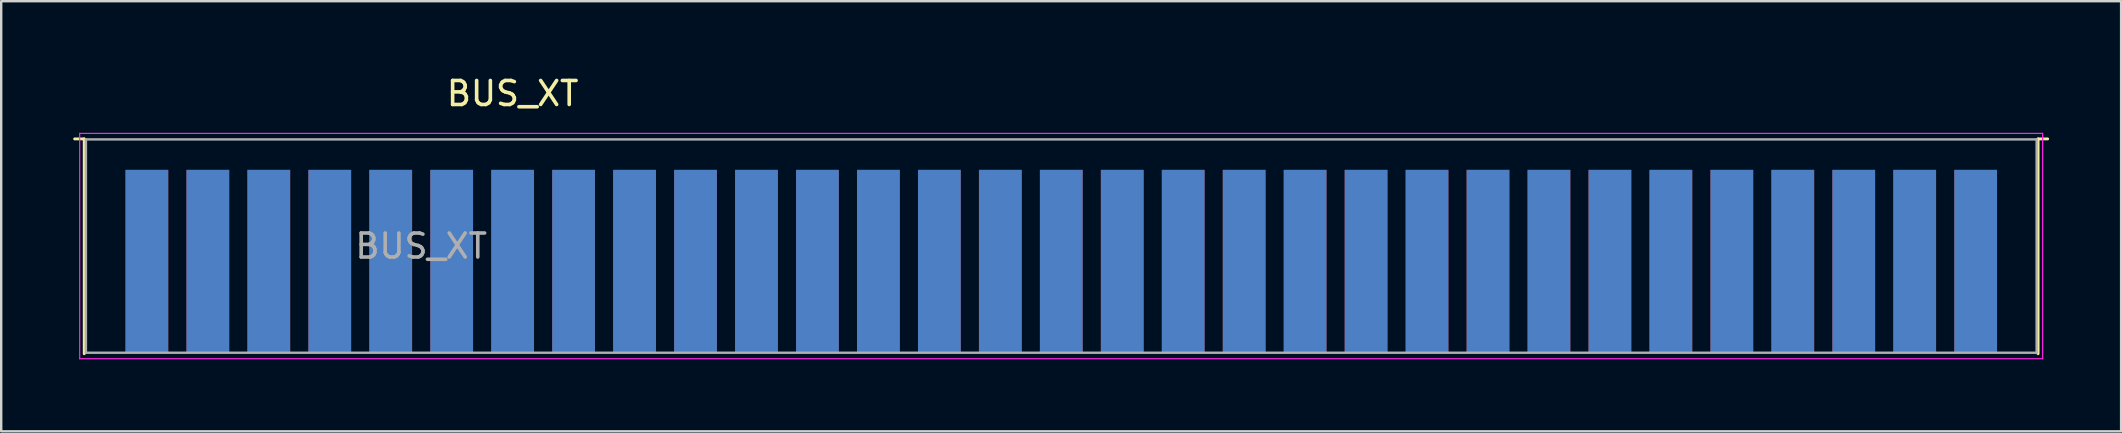
<source format=kicad_pcb>
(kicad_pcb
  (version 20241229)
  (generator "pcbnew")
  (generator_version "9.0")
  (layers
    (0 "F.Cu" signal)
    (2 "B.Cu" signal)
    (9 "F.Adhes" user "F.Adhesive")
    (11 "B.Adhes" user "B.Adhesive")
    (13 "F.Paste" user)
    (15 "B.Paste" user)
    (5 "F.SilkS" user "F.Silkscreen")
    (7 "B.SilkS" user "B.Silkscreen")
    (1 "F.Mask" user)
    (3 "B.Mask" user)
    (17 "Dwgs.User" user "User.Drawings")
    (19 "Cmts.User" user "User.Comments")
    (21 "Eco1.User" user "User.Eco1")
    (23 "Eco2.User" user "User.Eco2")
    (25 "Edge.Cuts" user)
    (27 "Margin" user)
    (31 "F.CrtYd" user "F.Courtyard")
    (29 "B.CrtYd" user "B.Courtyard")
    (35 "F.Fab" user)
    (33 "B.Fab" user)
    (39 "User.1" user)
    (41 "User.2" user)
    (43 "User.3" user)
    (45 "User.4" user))
  (footprint "BUS_XT"
    (layer "F.Cu")
    (at 79.27 7.838)
    (property "Reference" "BUS_XT" (at -60.96 -6.99 0) (layer "F.SilkS") (effects (font (size 1 1) (thickness 0.15))))
    (attr exclude_from_pos_files exclude_from_bom)
    (fp_line (start -78.81 -5.1) (end -79.21 -5.1) (stroke (width 0.12) (type solid)) (layer "F.SilkS"))
    (fp_line (start -78.81 3.85) (end -78.81 -5.1) (stroke (width 0.12) (type solid)) (layer "F.SilkS"))
    (fp_line (start 2.6 -5.1) (end 3 -5.1) (stroke (width 0.12) (type solid)) (layer "F.SilkS"))
    (fp_line (start 2.6 3.85) (end 2.6 -5.1) (stroke (width 0.12) (type solid)) (layer "F.SilkS"))
    (fp_line (start -79 -5.33) (end -79 4.06) (stroke (width 0.05) (type solid)) (layer "F.CrtYd"))
    (fp_line (start -79 -5.33) (end 2.79 -5.33) (stroke (width 0.05) (type solid)) (layer "F.CrtYd"))
    (fp_line (start 2.79 4.06) (end -79 4.06) (stroke (width 0.05) (type solid)) (layer "F.CrtYd"))
    (fp_line (start 2.79 4.06) (end 2.79 -5.33) (stroke (width 0.05) (type solid)) (layer "F.CrtYd"))
    (fp_line (start -78.74 -5.08) (end 2.54 -5.08) (stroke (width 0.1) (type solid)) (layer "F.Fab"))
    (fp_line (start -78.74 3.81) (end -78.74 -5.08) (stroke (width 0.1) (type solid)) (layer "F.Fab"))
    (fp_line (start 2.54 -5.08) (end 2.54 3.81) (stroke (width 0.1) (type solid)) (layer "F.Fab"))
    (fp_line (start 2.54 3.81) (end -78.74 3.81) (stroke (width 0.1) (type solid)) (layer "F.Fab"))
    (fp_text user "${REFERENCE}" (at -64.77 -0.635 0) (layer "F.Fab") (effects (font (size 1 1) (thickness 0.15))))
    (pad "1" connect rect (at 0 0) (size 1.78 7.62) (layers "B.Cu" "B.Mask"))
    (pad "2" connect rect (at -2.54 0) (size 1.78 7.62) (layers "B.Cu" "B.Mask"))
    (pad "3" connect rect (at -5.08 0) (size 1.78 7.62) (layers "B.Cu" "B.Mask"))
    (pad "4" connect rect (at -7.62 0) (size 1.78 7.62) (layers "B.Cu" "B.Mask"))
    (pad "5" connect rect (at -10.16 0) (size 1.78 7.62) (layers "B.Cu" "B.Mask"))
    (pad "6" connect rect (at -12.7 0) (size 1.78 7.62) (layers "B.Cu" "B.Mask"))
    (pad "7" connect rect (at -15.24 0) (size 1.78 7.62) (layers "B.Cu" "B.Mask"))
    (pad "8" connect rect (at -17.78 0) (size 1.78 7.62) (layers "B.Cu" "B.Mask"))
    (pad "9" connect rect (at -20.32 0) (size 1.78 7.62) (layers "B.Cu" "B.Mask"))
    (pad "10" connect rect (at -22.86 0) (size 1.78 7.62) (layers "B.Cu" "B.Mask"))
    (pad "11" connect rect (at -25.4 0) (size 1.78 7.62) (layers "B.Cu" "B.Mask"))
    (pad "12" connect rect (at -27.94 0) (size 1.78 7.62) (layers "B.Cu" "B.Mask"))
    (pad "13" connect rect (at -30.48 0) (size 1.78 7.62) (layers "B.Cu" "B.Mask"))
    (pad "14" connect rect (at -33.02 0) (size 1.78 7.62) (layers "B.Cu" "B.Mask"))
    (pad "15" connect rect (at -35.56 0) (size 1.78 7.62) (layers "B.Cu" "B.Mask"))
    (pad "16" connect rect (at -38.1 0) (size 1.78 7.62) (layers "B.Cu" "B.Mask"))
    (pad "17" connect rect (at -40.64 0) (size 1.78 7.62) (layers "B.Cu" "B.Mask"))
    (pad "18" connect rect (at -43.18 0) (size 1.78 7.62) (layers "B.Cu" "B.Mask"))
    (pad "19" connect rect (at -45.72 0) (size 1.78 7.62) (layers "B.Cu" "B.Mask"))
    (pad "20" connect rect (at -48.26 0) (size 1.78 7.62) (layers "B.Cu" "B.Mask"))
    (pad "21" connect rect (at -50.8 0) (size 1.78 7.62) (layers "B.Cu" "B.Mask"))
    (pad "22" connect rect (at -53.34 0) (size 1.78 7.62) (layers "B.Cu" "B.Mask"))
    (pad "23" connect rect (at -55.88 0) (size 1.78 7.62) (layers "B.Cu" "B.Mask"))
    (pad "24" connect rect (at -58.42 0) (size 1.78 7.62) (layers "B.Cu" "B.Mask"))
    (pad "25" connect rect (at -60.96 0) (size 1.78 7.62) (layers "B.Cu" "B.Mask"))
    (pad "26" connect rect (at -63.5 0) (size 1.78 7.62) (layers "B.Cu" "B.Mask"))
    (pad "27" connect rect (at -66.04 0) (size 1.78 7.62) (layers "B.Cu" "B.Mask"))
    (pad "28" connect rect (at -68.58 0) (size 1.78 7.62) (layers "B.Cu" "B.Mask"))
    (pad "29" connect rect (at -71.12 0) (size 1.78 7.62) (layers "B.Cu" "B.Mask"))
    (pad "30" connect rect (at -73.66 0) (size 1.78 7.62) (layers "B.Cu" "B.Mask"))
    (pad "31" connect rect (at -76.2 0) (size 1.78 7.62) (layers "B.Cu" "B.Mask"))
    (pad "32" connect rect (at 0 0) (size 1.78 7.62) (layers "F.Cu" "F.Mask"))
    (pad "33" connect rect (at -2.54 0) (size 1.78 7.62) (layers "F.Cu" "F.Mask"))
    (pad "34" connect rect (at -5.08 0) (size 1.78 7.62) (layers "F.Cu" "F.Mask"))
    (pad "35" connect rect (at -7.62 0) (size 1.78 7.62) (layers "F.Cu" "F.Mask"))
    (pad "36" connect rect (at -10.16 0) (size 1.78 7.62) (layers "F.Cu" "F.Mask"))
    (pad "37" connect rect (at -12.7 0) (size 1.78 7.62) (layers "F.Cu" "F.Mask"))
    (pad "38" connect rect (at -15.24 0) (size 1.78 7.62) (layers "F.Cu" "F.Mask"))
    (pad "39" connect rect (at -17.78 0) (size 1.78 7.62) (layers "F.Cu" "F.Mask"))
    (pad "40" connect rect (at -20.32 0) (size 1.78 7.62) (layers "F.Cu" "F.Mask"))
    (pad "41" connect rect (at -22.86 0) (size 1.78 7.62) (layers "F.Cu" "F.Mask"))
    (pad "42" connect rect (at -25.4 0) (size 1.78 7.62) (layers "F.Cu" "F.Mask"))
    (pad "43" connect rect (at -27.94 0) (size 1.78 7.62) (layers "F.Cu" "F.Mask"))
    (pad "44" connect rect (at -30.48 0) (size 1.78 7.62) (layers "F.Cu" "F.Mask"))
    (pad "45" connect rect (at -33.02 0) (size 1.78 7.62) (layers "F.Cu" "F.Mask"))
    (pad "46" connect rect (at -35.56 0) (size 1.78 7.62) (layers "F.Cu" "F.Mask"))
    (pad "47" connect rect (at -38.1 0) (size 1.78 7.62) (layers "F.Cu" "F.Mask"))
    (pad "48" connect rect (at -40.64 0) (size 1.78 7.62) (layers "F.Cu" "F.Mask"))
    (pad "49" connect rect (at -43.18 0) (size 1.78 7.62) (layers "F.Cu" "F.Mask"))
    (pad "50" connect rect (at -45.72 0) (size 1.78 7.62) (layers "F.Cu" "F.Mask"))
    (pad "51" connect rect (at -48.26 0) (size 1.78 7.62) (layers "F.Cu" "F.Mask"))
    (pad "52" connect rect (at -50.8 0) (size 1.78 7.62) (layers "F.Cu" "F.Mask"))
    (pad "53" connect rect (at -53.34 0) (size 1.78 7.62) (layers "F.Cu" "F.Mask"))
    (pad "54" connect rect (at -55.88 0) (size 1.78 7.62) (layers "F.Cu" "F.Mask"))
    (pad "55" connect rect (at -58.42 0) (size 1.78 7.62) (layers "F.Cu" "F.Mask"))
    (pad "56" connect rect (at -60.96 0) (size 1.78 7.62) (layers "F.Cu" "F.Mask"))
    (pad "57" connect rect (at -63.5 0) (size 1.78 7.62) (layers "F.Cu" "F.Mask"))
    (pad "58" connect rect (at -66.04 0) (size 1.78 7.62) (layers "F.Cu" "F.Mask"))
    (pad "59" connect rect (at -68.58 0) (size 1.78 7.62) (layers "F.Cu" "F.Mask"))
    (pad "60" connect rect (at -71.12 0) (size 1.78 7.62) (layers "F.Cu" "F.Mask"))
    (pad "61" connect rect (at -73.66 0) (size 1.78 7.62) (layers "F.Cu" "F.Mask"))
    (pad "62" connect rect (at -76.2 0) (size 1.78 7.62) (layers "F.Cu" "F.Mask")))
  (gr_rect
    (start -3 -3)
    (end 85.33 14.923)
    (stroke (width 0.1) (type default))
    (fill no)
    (layer "Edge.Cuts")))
</source>
